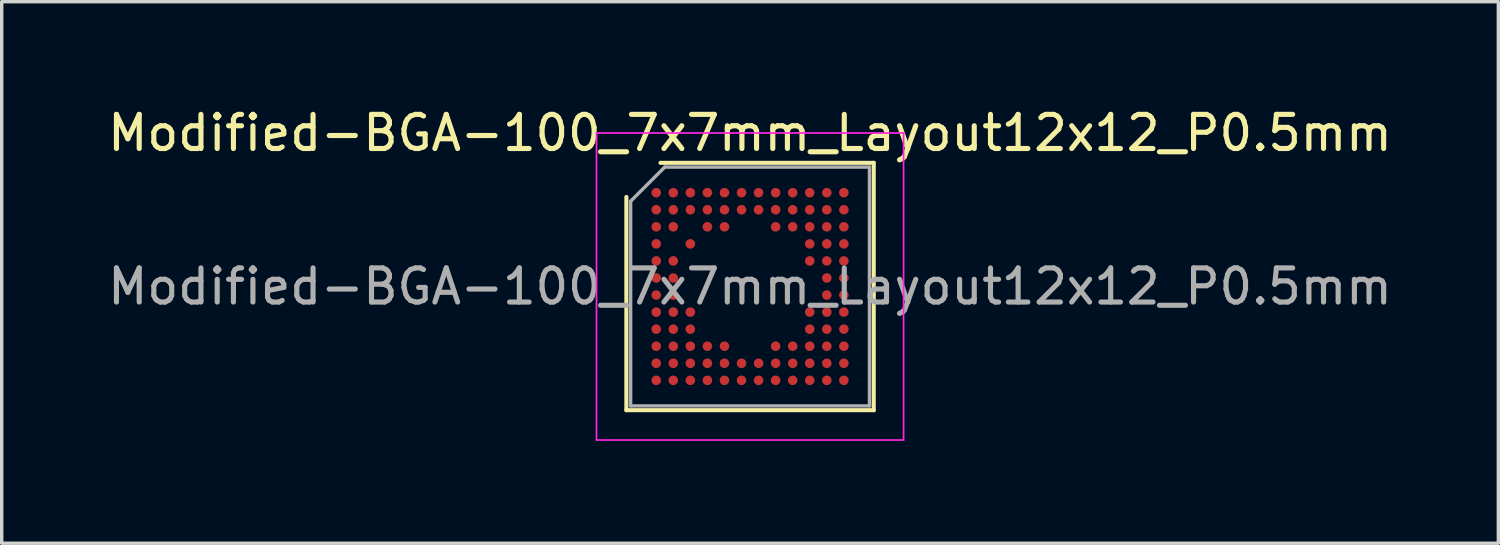
<source format=kicad_pcb>
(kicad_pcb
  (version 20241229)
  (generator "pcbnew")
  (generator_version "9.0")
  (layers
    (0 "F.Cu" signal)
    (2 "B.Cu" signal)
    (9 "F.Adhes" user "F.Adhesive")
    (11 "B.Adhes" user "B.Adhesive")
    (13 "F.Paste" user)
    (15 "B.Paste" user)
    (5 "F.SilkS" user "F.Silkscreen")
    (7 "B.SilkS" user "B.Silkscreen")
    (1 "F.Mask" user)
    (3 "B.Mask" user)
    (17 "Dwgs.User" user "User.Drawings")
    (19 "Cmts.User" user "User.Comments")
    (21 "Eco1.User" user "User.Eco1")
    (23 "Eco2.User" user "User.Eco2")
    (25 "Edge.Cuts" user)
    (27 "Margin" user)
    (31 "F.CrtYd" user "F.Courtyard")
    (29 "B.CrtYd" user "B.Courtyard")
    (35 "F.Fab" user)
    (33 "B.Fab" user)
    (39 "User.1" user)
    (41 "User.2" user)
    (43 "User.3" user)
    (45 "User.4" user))
  (footprint "Modified-BGA-100_7x7mm_Layout12x12_P0.5mm"
    (layer "F.Cu")
    (at 18.935 5.348)
    (property "Reference" "Modified-BGA-100_7x7mm_Layout12x12_P0.5mm" (at 0 -4.5 0) (layer "F.SilkS") (effects (font (size 1 1) (thickness 0.15))))
    (attr smd)
    (fp_line (start -3.625 3.625) (end -3.625 -2.625) (stroke (width 0.12) (type solid)) (layer "F.SilkS"))
    (fp_line (start -2.625 -3.625) (end 3.625 -3.625) (stroke (width 0.12) (type solid)) (layer "F.SilkS"))
    (fp_line (start 3.625 -3.625) (end 3.625 3.625) (stroke (width 0.12) (type solid)) (layer "F.SilkS"))
    (fp_line (start 3.625 3.625) (end -3.625 3.625) (stroke (width 0.12) (type solid)) (layer "F.SilkS"))
    (fp_line (start -4.5 -4.5) (end -4.5 4.5) (stroke (width 0.05) (type solid)) (layer "F.CrtYd"))
    (fp_line (start -4.5 4.5) (end 4.5 4.5) (stroke (width 0.05) (type solid)) (layer "F.CrtYd"))
    (fp_line (start 4.5 -4.5) (end -4.5 -4.5) (stroke (width 0.05) (type solid)) (layer "F.CrtYd"))
    (fp_line (start 4.5 4.5) (end 4.5 -4.5) (stroke (width 0.05) (type solid)) (layer "F.CrtYd"))
    (fp_line (start -3.5 -2.5) (end -2.5 -3.5) (stroke (width 0.1) (type solid)) (layer "F.Fab"))
    (fp_line (start -3.5 3.5) (end -3.5 -2.5) (stroke (width 0.1) (type solid)) (layer "F.Fab"))
    (fp_line (start -2.5 -3.5) (end 3.5 -3.5) (stroke (width 0.1) (type solid)) (layer "F.Fab"))
    (fp_line (start 3.5 -3.5) (end 3.5 3.5) (stroke (width 0.1) (type solid)) (layer "F.Fab"))
    (fp_line (start 3.5 3.5) (end -3.5 3.5) (stroke (width 0.1) (type solid)) (layer "F.Fab"))
    (fp_text user "${REFERENCE}" (at 0 0 0) (layer "F.Fab") (effects (font (size 1 1) (thickness 0.15))))
    (pad "A1" smd circle (at -2.75 -2.75) (size 0.28 0.28) (layers "F.Cu" "F.Mask" "F.Paste"))
    (pad "A2" smd circle (at -2.25 -2.75) (size 0.28 0.28) (layers "F.Cu" "F.Mask" "F.Paste"))
    (pad "A3" smd circle (at -1.75 -2.75) (size 0.28 0.28) (layers "F.Cu" "F.Mask" "F.Paste"))
    (pad "A4" smd circle (at -1.25 -2.75) (size 0.28 0.28) (layers "F.Cu" "F.Mask" "F.Paste"))
    (pad "A5" smd circle (at -0.75 -2.75) (size 0.28 0.28) (layers "F.Cu" "F.Mask" "F.Paste"))
    (pad "A6" smd circle (at -0.25 -2.75) (size 0.28 0.28) (layers "F.Cu" "F.Mask" "F.Paste"))
    (pad "A7" smd circle (at 0.25 -2.75) (size 0.28 0.28) (layers "F.Cu" "F.Mask" "F.Paste"))
    (pad "A8" smd circle (at 0.75 -2.75) (size 0.28 0.28) (layers "F.Cu" "F.Mask" "F.Paste"))
    (pad "A9" smd circle (at 1.25 -2.75) (size 0.28 0.28) (layers "F.Cu" "F.Mask" "F.Paste"))
    (pad "A10" smd circle (at 1.75 -2.75) (size 0.28 0.28) (layers "F.Cu" "F.Mask" "F.Paste"))
    (pad "A11" smd circle (at 2.25 -2.75) (size 0.28 0.28) (layers "F.Cu" "F.Mask" "F.Paste"))
    (pad "A12" smd circle (at 2.75 -2.75) (size 0.28 0.28) (layers "F.Cu" "F.Mask" "F.Paste"))
    (pad "B1" smd circle (at -2.75 -2.25) (size 0.28 0.28) (layers "F.Cu" "F.Mask" "F.Paste"))
    (pad "B2" smd circle (at -2.25 -2.25) (size 0.28 0.28) (layers "F.Cu" "F.Mask" "F.Paste"))
    (pad "B3" smd circle (at -1.75 -2.25) (size 0.28 0.28) (layers "F.Cu" "F.Mask" "F.Paste"))
    (pad "B4" smd circle (at -1.25 -2.25) (size 0.28 0.28) (layers "F.Cu" "F.Mask" "F.Paste"))
    (pad "B5" smd circle (at -0.75 -2.25) (size 0.28 0.28) (layers "F.Cu" "F.Mask" "F.Paste"))
    (pad "B6" smd circle (at -0.25 -2.25) (size 0.28 0.28) (layers "F.Cu" "F.Mask" "F.Paste"))
    (pad "B7" smd circle (at 0.25 -2.25) (size 0.28 0.28) (layers "F.Cu" "F.Mask" "F.Paste"))
    (pad "B8" smd circle (at 0.75 -2.25) (size 0.28 0.28) (layers "F.Cu" "F.Mask" "F.Paste"))
    (pad "B9" smd circle (at 1.25 -2.25) (size 0.28 0.28) (layers "F.Cu" "F.Mask" "F.Paste"))
    (pad "B10" smd circle (at 1.75 -2.25) (size 0.28 0.28) (layers "F.Cu" "F.Mask" "F.Paste"))
    (pad "B11" smd circle (at 2.25 -2.25) (size 0.28 0.28) (layers "F.Cu" "F.Mask" "F.Paste"))
    (pad "B12" smd circle (at 2.75 -2.25) (size 0.28 0.28) (layers "F.Cu" "F.Mask" "F.Paste"))
    (pad "C1" smd circle (at -2.75 -1.75) (size 0.28 0.28) (layers "F.Cu" "F.Mask" "F.Paste"))
    (pad "C2" smd circle (at -2.25 -1.75) (size 0.28 0.28) (layers "F.Cu" "F.Mask" "F.Paste"))
    (pad "C4" smd circle (at -1.25 -1.75) (size 0.28 0.28) (layers "F.Cu" "F.Mask" "F.Paste"))
    (pad "C5" smd circle (at -0.75 -1.75) (size 0.28 0.28) (layers "F.Cu" "F.Mask" "F.Paste"))
    (pad "C8" smd circle (at 0.75 -1.75) (size 0.28 0.28) (layers "F.Cu" "F.Mask" "F.Paste"))
    (pad "C9" smd circle (at 1.25 -1.75) (size 0.28 0.28) (layers "F.Cu" "F.Mask" "F.Paste"))
    (pad "C10" smd circle (at 1.75 -1.75) (size 0.28 0.28) (layers "F.Cu" "F.Mask" "F.Paste"))
    (pad "C11" smd circle (at 2.25 -1.75) (size 0.28 0.28) (layers "F.Cu" "F.Mask" "F.Paste"))
    (pad "C12" smd circle (at 2.75 -1.75) (size 0.28 0.28) (layers "F.Cu" "F.Mask" "F.Paste"))
    (pad "D1" smd circle (at -2.75 -1.25) (size 0.28 0.28) (layers "F.Cu" "F.Mask" "F.Paste"))
    (pad "D3" smd circle (at -1.75 -1.25) (size 0.28 0.28) (layers "F.Cu" "F.Mask" "F.Paste"))
    (pad "D10" smd circle (at 1.75 -1.25) (size 0.28 0.28) (layers "F.Cu" "F.Mask" "F.Paste"))
    (pad "D11" smd circle (at 2.25 -1.25) (size 0.28 0.28) (layers "F.Cu" "F.Mask" "F.Paste"))
    (pad "D12" smd circle (at 2.75 -1.25) (size 0.28 0.28) (layers "F.Cu" "F.Mask" "F.Paste"))
    (pad "E1" smd circle (at -2.75 -0.75) (size 0.28 0.28) (layers "F.Cu" "F.Mask" "F.Paste"))
    (pad "E2" smd circle (at -2.25 -0.75) (size 0.28 0.28) (layers "F.Cu" "F.Mask" "F.Paste"))
    (pad "E10" smd circle (at 1.75 -0.75) (size 0.28 0.28) (layers "F.Cu" "F.Mask" "F.Paste"))
    (pad "E11" smd circle (at 2.25 -0.75) (size 0.28 0.28) (layers "F.Cu" "F.Mask" "F.Paste"))
    (pad "E12" smd circle (at 2.75 -0.75) (size 0.28 0.28) (layers "F.Cu" "F.Mask" "F.Paste"))
    (pad "F1" smd circle (at -2.75 -0.25) (size 0.28 0.28) (layers "F.Cu" "F.Mask" "F.Paste"))
    (pad "F2" smd circle (at -2.25 -0.25) (size 0.28 0.28) (layers "F.Cu" "F.Mask" "F.Paste"))
    (pad "F11" smd circle (at 2.25 -0.25) (size 0.28 0.28) (layers "F.Cu" "F.Mask" "F.Paste"))
    (pad "F12" smd circle (at 2.75 -0.25) (size 0.28 0.28) (layers "F.Cu" "F.Mask" "F.Paste"))
    (pad "G1" smd circle (at -2.75 0.25) (size 0.28 0.28) (layers "F.Cu" "F.Mask" "F.Paste"))
    (pad "G2" smd circle (at -2.25 0.25) (size 0.28 0.28) (layers "F.Cu" "F.Mask" "F.Paste"))
    (pad "G11" smd circle (at 2.25 0.25) (size 0.28 0.28) (layers "F.Cu" "F.Mask" "F.Paste"))
    (pad "G12" smd circle (at 2.75 0.25) (size 0.28 0.28) (layers "F.Cu" "F.Mask" "F.Paste"))
    (pad "H1" smd circle (at -2.75 0.75) (size 0.28 0.28) (layers "F.Cu" "F.Mask" "F.Paste"))
    (pad "H2" smd circle (at -2.25 0.75) (size 0.28 0.28) (layers "F.Cu" "F.Mask" "F.Paste"))
    (pad "H3" smd circle (at -1.75 0.75) (size 0.28 0.28) (layers "F.Cu" "F.Mask" "F.Paste"))
    (pad "H10" smd circle (at 1.75 0.75) (size 0.28 0.28) (layers "F.Cu" "F.Mask" "F.Paste"))
    (pad "H11" smd circle (at 2.25 0.75) (size 0.28 0.28) (layers "F.Cu" "F.Mask" "F.Paste"))
    (pad "H12" smd circle (at 2.75 0.75) (size 0.28 0.28) (layers "F.Cu" "F.Mask" "F.Paste"))
    (pad "J1" smd circle (at -2.75 1.25) (size 0.28 0.28) (layers "F.Cu" "F.Mask" "F.Paste"))
    (pad "J2" smd circle (at -2.25 1.25) (size 0.28 0.28) (layers "F.Cu" "F.Mask" "F.Paste"))
    (pad "J3" smd circle (at -1.75 1.25) (size 0.28 0.28) (layers "F.Cu" "F.Mask" "F.Paste"))
    (pad "J10" smd circle (at 1.75 1.25) (size 0.28 0.28) (layers "F.Cu" "F.Mask" "F.Paste"))
    (pad "J11" smd circle (at 2.25 1.25) (size 0.28 0.28) (layers "F.Cu" "F.Mask" "F.Paste"))
    (pad "J12" smd circle (at 2.75 1.25) (size 0.28 0.28) (layers "F.Cu" "F.Mask" "F.Paste"))
    (pad "K1" smd circle (at -2.75 1.75) (size 0.28 0.28) (layers "F.Cu" "F.Mask" "F.Paste"))
    (pad "K2" smd circle (at -2.25 1.75) (size 0.28 0.28) (layers "F.Cu" "F.Mask" "F.Paste"))
    (pad "K3" smd circle (at -1.75 1.75) (size 0.28 0.28) (layers "F.Cu" "F.Mask" "F.Paste"))
    (pad "K4" smd circle (at -1.25 1.75) (size 0.28 0.28) (layers "F.Cu" "F.Mask" "F.Paste"))
    (pad "K5" smd circle (at -0.75 1.75) (size 0.28 0.28) (layers "F.Cu" "F.Mask" "F.Paste"))
    (pad "K8" smd circle (at 0.75 1.75) (size 0.28 0.28) (layers "F.Cu" "F.Mask" "F.Paste"))
    (pad "K9" smd circle (at 1.25 1.75) (size 0.28 0.28) (layers "F.Cu" "F.Mask" "F.Paste"))
    (pad "K10" smd circle (at 1.75 1.75) (size 0.28 0.28) (layers "F.Cu" "F.Mask" "F.Paste"))
    (pad "K11" smd circle (at 2.25 1.75) (size 0.28 0.28) (layers "F.Cu" "F.Mask" "F.Paste"))
    (pad "K12" smd circle (at 2.75 1.75) (size 0.28 0.28) (layers "F.Cu" "F.Mask" "F.Paste"))
    (pad "L1" smd circle (at -2.75 2.25) (size 0.28 0.28) (layers "F.Cu" "F.Mask" "F.Paste"))
    (pad "L2" smd circle (at -2.25 2.25) (size 0.28 0.28) (layers "F.Cu" "F.Mask" "F.Paste"))
    (pad "L3" smd circle (at -1.75 2.25) (size 0.28 0.28) (layers "F.Cu" "F.Mask" "F.Paste"))
    (pad "L4" smd circle (at -1.25 2.25) (size 0.28 0.28) (layers "F.Cu" "F.Mask" "F.Paste"))
    (pad "L5" smd circle (at -0.75 2.25) (size 0.28 0.28) (layers "F.Cu" "F.Mask" "F.Paste"))
    (pad "L6" smd circle (at -0.25 2.25) (size 0.28 0.28) (layers "F.Cu" "F.Mask" "F.Paste"))
    (pad "L7" smd circle (at 0.25 2.25) (size 0.28 0.28) (layers "F.Cu" "F.Mask" "F.Paste"))
    (pad "L8" smd circle (at 0.75 2.25) (size 0.28 0.28) (layers "F.Cu" "F.Mask" "F.Paste"))
    (pad "L9" smd circle (at 1.25 2.25) (size 0.28 0.28) (layers "F.Cu" "F.Mask" "F.Paste"))
    (pad "L10" smd circle (at 1.75 2.25) (size 0.28 0.28) (layers "F.Cu" "F.Mask" "F.Paste"))
    (pad "L11" smd circle (at 2.25 2.25) (size 0.28 0.28) (layers "F.Cu" "F.Mask" "F.Paste"))
    (pad "L12" smd circle (at 2.75 2.25) (size 0.28 0.28) (layers "F.Cu" "F.Mask" "F.Paste"))
    (pad "M1" smd circle (at -2.75 2.75) (size 0.28 0.28) (layers "F.Cu" "F.Mask" "F.Paste"))
    (pad "M2" smd circle (at -2.25 2.75) (size 0.28 0.28) (layers "F.Cu" "F.Mask" "F.Paste"))
    (pad "M3" smd circle (at -1.75 2.75) (size 0.28 0.28) (layers "F.Cu" "F.Mask" "F.Paste"))
    (pad "M4" smd circle (at -1.25 2.75) (size 0.28 0.28) (layers "F.Cu" "F.Mask" "F.Paste"))
    (pad "M5" smd circle (at -0.75 2.75) (size 0.28 0.28) (layers "F.Cu" "F.Mask" "F.Paste"))
    (pad "M6" smd circle (at -0.25 2.75) (size 0.28 0.28) (layers "F.Cu" "F.Mask" "F.Paste"))
    (pad "M7" smd circle (at 0.25 2.75) (size 0.28 0.28) (layers "F.Cu" "F.Mask" "F.Paste"))
    (pad "M8" smd circle (at 0.75 2.75) (size 0.28 0.28) (layers "F.Cu" "F.Mask" "F.Paste"))
    (pad "M9" smd circle (at 1.25 2.75) (size 0.28 0.28) (layers "F.Cu" "F.Mask" "F.Paste"))
    (pad "M10" smd circle (at 1.75 2.75) (size 0.28 0.28) (layers "F.Cu" "F.Mask" "F.Paste"))
    (pad "M11" smd circle (at 2.25 2.75) (size 0.28 0.28) (layers "F.Cu" "F.Mask" "F.Paste"))
    (pad "M12" smd circle (at 2.75 2.75) (size 0.28 0.28) (layers "F.Cu" "F.Mask" "F.Paste")))
  (gr_rect
    (start -3 -3)
    (end 40.869 12.873)
    (stroke (width 0.1) (type default))
    (fill no)
    (layer "Edge.Cuts")))
</source>
